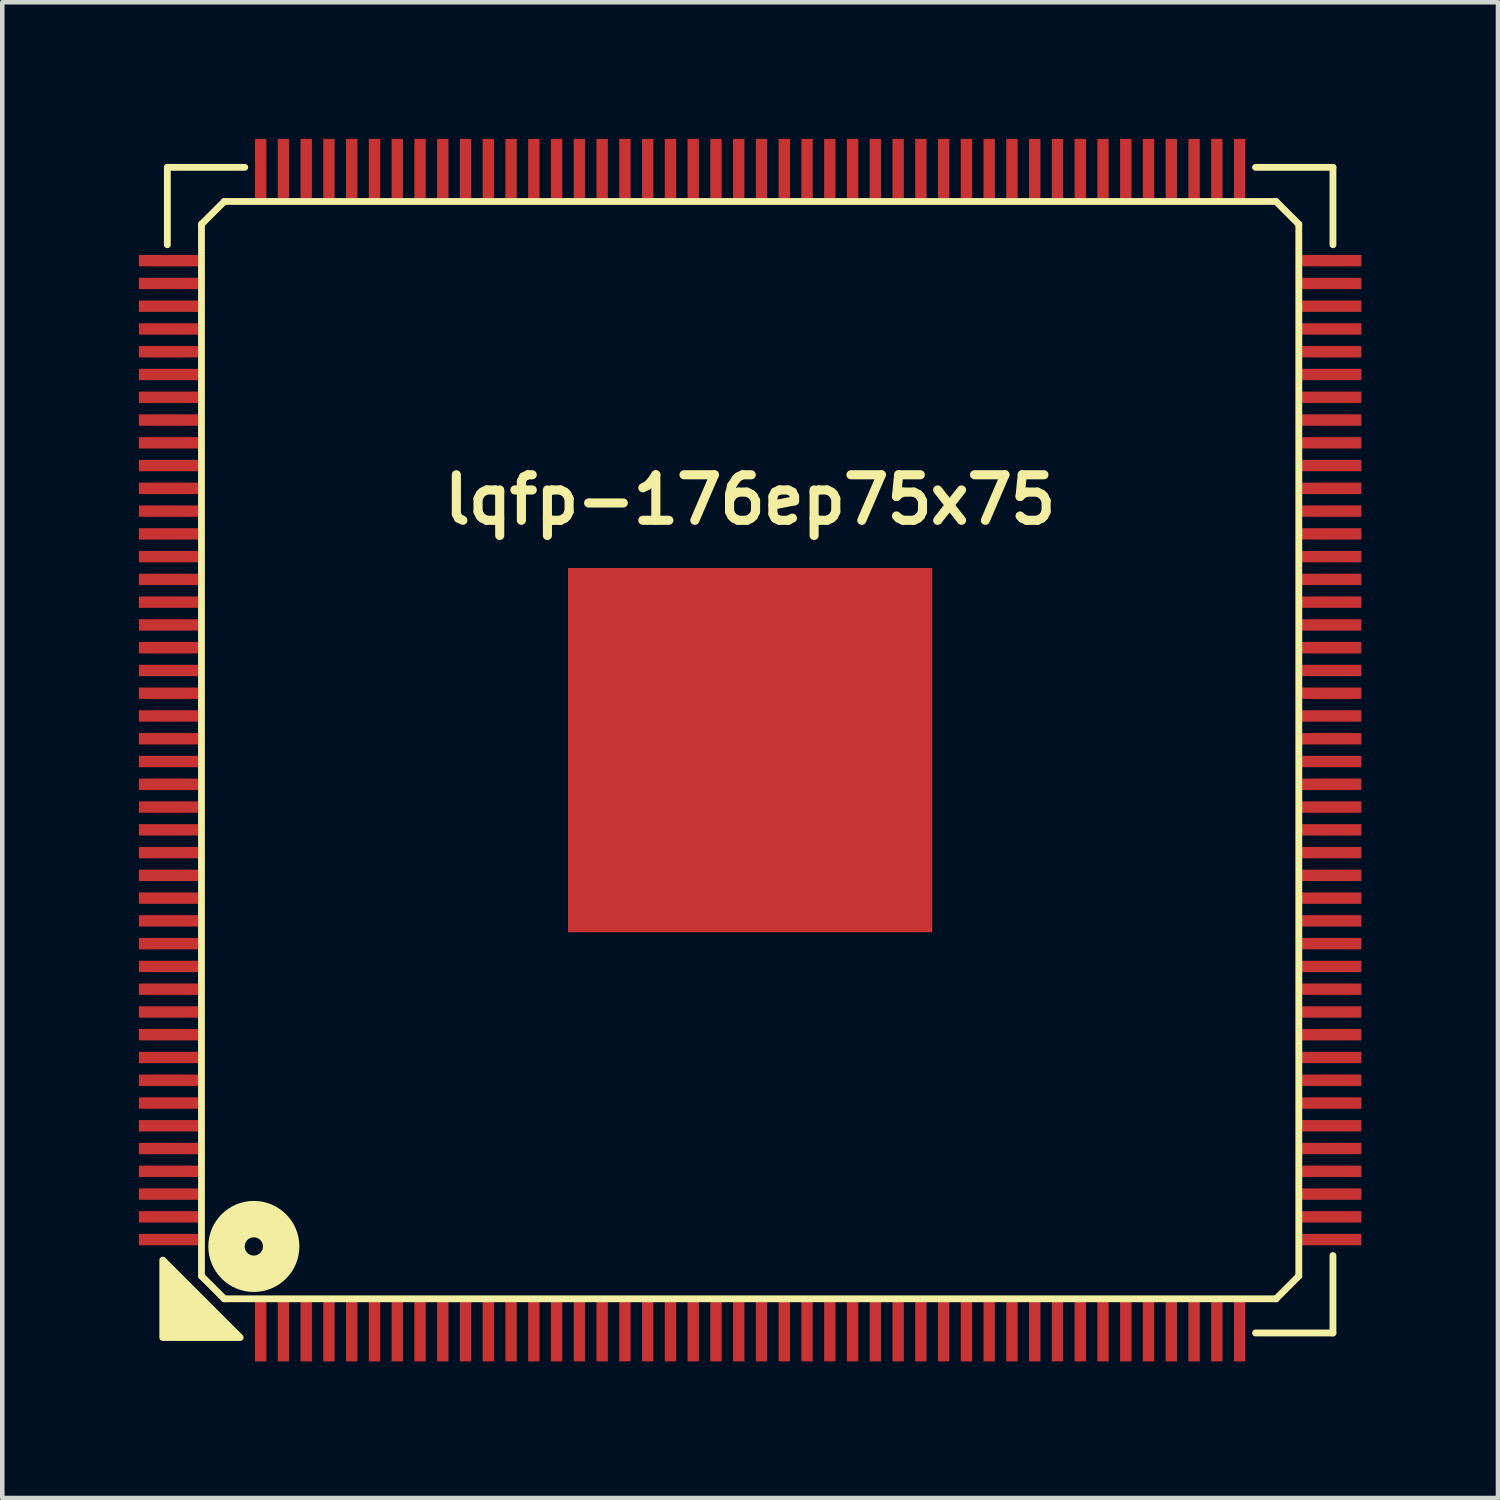
<source format=kicad_pcb>
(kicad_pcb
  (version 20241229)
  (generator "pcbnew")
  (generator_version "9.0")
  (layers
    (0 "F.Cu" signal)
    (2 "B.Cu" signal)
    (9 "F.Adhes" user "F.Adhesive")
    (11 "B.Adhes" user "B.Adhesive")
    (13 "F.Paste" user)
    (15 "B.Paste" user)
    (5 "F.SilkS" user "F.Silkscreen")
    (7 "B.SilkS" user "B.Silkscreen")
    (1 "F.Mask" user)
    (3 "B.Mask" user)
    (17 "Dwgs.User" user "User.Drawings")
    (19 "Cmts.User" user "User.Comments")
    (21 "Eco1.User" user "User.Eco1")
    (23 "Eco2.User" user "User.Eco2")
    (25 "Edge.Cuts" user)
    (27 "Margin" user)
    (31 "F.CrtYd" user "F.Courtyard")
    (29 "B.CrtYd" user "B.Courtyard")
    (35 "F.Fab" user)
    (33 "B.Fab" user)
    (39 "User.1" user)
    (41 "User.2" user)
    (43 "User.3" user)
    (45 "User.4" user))
  (footprint "lqfp-176ep75x75"
    (layer "F.Cu")
    (at 13.425 13.425)
    (property "Reference" "lqfp-176ep75x75" (at 0 -5.5 0) (layer "F.SilkS") (effects (font (size 1 1) (thickness 0.2))))
    (attr smd)
    (fp_line (start -12.8 -12.8) (end -11.1 -12.8) (stroke (width 0.15) (type solid)) (layer "F.SilkS"))
    (fp_line (start -12.8 -11.1) (end -12.8 -12.8) (stroke (width 0.15) (type solid)) (layer "F.SilkS"))
    (fp_line (start -12.05 -11.55) (end -11.55 -12.05) (stroke (width 0.15) (type solid)) (layer "F.SilkS"))
    (fp_line (start -12.05 11.55) (end -12.05 -11.55) (stroke (width 0.15) (type solid)) (layer "F.SilkS"))
    (fp_line (start -11.55 -12.05) (end 11.55 -12.05) (stroke (width 0.15) (type solid)) (layer "F.SilkS"))
    (fp_line (start -11.55 12.05) (end -12.05 11.55) (stroke (width 0.15) (type solid)) (layer "F.SilkS"))
    (fp_line (start 11.1 -12.8) (end 12.8 -12.8) (stroke (width 0.15) (type solid)) (layer "F.SilkS"))
    (fp_line (start 11.55 -12.05) (end 12.05 -11.55) (stroke (width 0.15) (type solid)) (layer "F.SilkS"))
    (fp_line (start 11.55 12.05) (end -11.55 12.05) (stroke (width 0.15) (type solid)) (layer "F.SilkS"))
    (fp_line (start 12.05 -11.55) (end 12.05 11.55) (stroke (width 0.15) (type solid)) (layer "F.SilkS"))
    (fp_line (start 12.05 11.55) (end 11.55 12.05) (stroke (width 0.15) (type solid)) (layer "F.SilkS"))
    (fp_line (start 12.8 -12.8) (end 12.8 -11.1) (stroke (width 0.15) (type solid)) (layer "F.SilkS"))
    (fp_line (start 12.8 11.1) (end 12.8 12.8) (stroke (width 0.15) (type solid)) (layer "F.SilkS"))
    (fp_line (start 12.8 12.8) (end 11.1 12.8) (stroke (width 0.15) (type solid)) (layer "F.SilkS"))
    (fp_circle (center -10.9 10.9) (end -10.7 10.9) (stroke (width 0.8) (type solid)) (fill no) (layer "F.SilkS"))
    (fp_poly (pts (xy -11.2 12.9) (xy -12.9 12.9) (xy -12.9 11.2)) (stroke (width 0.15) (type solid)) (fill yes) (layer "F.SilkS"))
    (pad "" smd rect (at -2.3 -2.3) (size 2 2) (layers "F.Paste"))
    (pad "" smd rect (at -2.3 0) (size 2 2) (layers "F.Paste"))
    (pad "" smd rect (at -2.3 2.3) (size 2 2) (layers "F.Paste"))
    (pad "" smd rect (at 0 -2.3) (size 2 2) (layers "F.Paste"))
    (pad "" smd rect (at 0 0) (size 2 2) (layers "F.Paste"))
    (pad "" smd rect (at 0 2.3) (size 2 2) (layers "F.Paste"))
    (pad "" smd rect (at 2.3 -2.3) (size 2 2) (layers "F.Paste"))
    (pad "" smd rect (at 2.3 0) (size 2 2) (layers "F.Paste"))
    (pad "" smd rect (at 2.3 2.3) (size 2 2) (layers "F.Paste"))
    (pad "1" smd rect (at -10.75 12.75) (size 0.25 1.35) (layers "F.Cu" "F.Mask" "F.Paste"))
    (pad "2" smd rect (at -10.25 12.75) (size 0.25 1.35) (layers "F.Cu" "F.Mask" "F.Paste"))
    (pad "3" smd rect (at -9.75 12.75) (size 0.25 1.35) (layers "F.Cu" "F.Mask" "F.Paste"))
    (pad "4" smd rect (at -9.25 12.75) (size 0.25 1.35) (layers "F.Cu" "F.Mask" "F.Paste"))
    (pad "5" smd rect (at -8.75 12.75) (size 0.25 1.35) (layers "F.Cu" "F.Mask" "F.Paste"))
    (pad "6" smd rect (at -8.25 12.75) (size 0.25 1.35) (layers "F.Cu" "F.Mask" "F.Paste"))
    (pad "7" smd rect (at -7.75 12.75) (size 0.25 1.35) (layers "F.Cu" "F.Mask" "F.Paste"))
    (pad "8" smd rect (at -7.25 12.75) (size 0.25 1.35) (layers "F.Cu" "F.Mask" "F.Paste"))
    (pad "9" smd rect (at -6.75 12.75) (size 0.25 1.35) (layers "F.Cu" "F.Mask" "F.Paste"))
    (pad "10" smd rect (at -6.25 12.75) (size 0.25 1.35) (layers "F.Cu" "F.Mask" "F.Paste"))
    (pad "11" smd rect (at -5.75 12.75) (size 0.25 1.35) (layers "F.Cu" "F.Mask" "F.Paste"))
    (pad "12" smd rect (at -5.25 12.75) (size 0.25 1.35) (layers "F.Cu" "F.Mask" "F.Paste"))
    (pad "13" smd rect (at -4.75 12.75) (size 0.25 1.35) (layers "F.Cu" "F.Mask" "F.Paste"))
    (pad "14" smd rect (at -4.25 12.75) (size 0.25 1.35) (layers "F.Cu" "F.Mask" "F.Paste"))
    (pad "15" smd rect (at -3.75 12.75) (size 0.25 1.35) (layers "F.Cu" "F.Mask" "F.Paste"))
    (pad "16" smd rect (at -3.25 12.75) (size 0.25 1.35) (layers "F.Cu" "F.Mask" "F.Paste"))
    (pad "17" smd rect (at -2.75 12.75) (size 0.25 1.35) (layers "F.Cu" "F.Mask" "F.Paste"))
    (pad "18" smd rect (at -2.25 12.75) (size 0.25 1.35) (layers "F.Cu" "F.Mask" "F.Paste"))
    (pad "19" smd rect (at -1.75 12.75) (size 0.25 1.35) (layers "F.Cu" "F.Mask" "F.Paste"))
    (pad "20" smd rect (at -1.25 12.75) (size 0.25 1.35) (layers "F.Cu" "F.Mask" "F.Paste"))
    (pad "21" smd rect (at -0.75 12.75) (size 0.25 1.35) (layers "F.Cu" "F.Mask" "F.Paste"))
    (pad "22" smd rect (at -0.25 12.75) (size 0.25 1.35) (layers "F.Cu" "F.Mask" "F.Paste"))
    (pad "23" smd rect (at 0.25 12.75) (size 0.25 1.35) (layers "F.Cu" "F.Mask" "F.Paste"))
    (pad "24" smd rect (at 0.75 12.75) (size 0.25 1.35) (layers "F.Cu" "F.Mask" "F.Paste"))
    (pad "25" smd rect (at 1.25 12.75) (size 0.25 1.35) (layers "F.Cu" "F.Mask" "F.Paste"))
    (pad "26" smd rect (at 1.75 12.75) (size 0.25 1.35) (layers "F.Cu" "F.Mask" "F.Paste"))
    (pad "27" smd rect (at 2.25 12.75) (size 0.25 1.35) (layers "F.Cu" "F.Mask" "F.Paste"))
    (pad "28" smd rect (at 2.75 12.75) (size 0.25 1.35) (layers "F.Cu" "F.Mask" "F.Paste"))
    (pad "29" smd rect (at 3.25 12.75) (size 0.25 1.35) (layers "F.Cu" "F.Mask" "F.Paste"))
    (pad "30" smd rect (at 3.75 12.75) (size 0.25 1.35) (layers "F.Cu" "F.Mask" "F.Paste"))
    (pad "31" smd rect (at 4.25 12.75) (size 0.25 1.35) (layers "F.Cu" "F.Mask" "F.Paste"))
    (pad "32" smd rect (at 4.75 12.75) (size 0.25 1.35) (layers "F.Cu" "F.Mask" "F.Paste"))
    (pad "33" smd rect (at 5.25 12.75) (size 0.25 1.35) (layers "F.Cu" "F.Mask" "F.Paste"))
    (pad "34" smd rect (at 5.75 12.75) (size 0.25 1.35) (layers "F.Cu" "F.Mask" "F.Paste"))
    (pad "35" smd rect (at 6.25 12.75) (size 0.25 1.35) (layers "F.Cu" "F.Mask" "F.Paste"))
    (pad "36" smd rect (at 6.75 12.75) (size 0.25 1.35) (layers "F.Cu" "F.Mask" "F.Paste"))
    (pad "37" smd rect (at 7.25 12.75) (size 0.25 1.35) (layers "F.Cu" "F.Mask" "F.Paste"))
    (pad "38" smd rect (at 7.75 12.75) (size 0.25 1.35) (layers "F.Cu" "F.Mask" "F.Paste"))
    (pad "39" smd rect (at 8.25 12.75) (size 0.25 1.35) (layers "F.Cu" "F.Mask" "F.Paste"))
    (pad "40" smd rect (at 8.75 12.75) (size 0.25 1.35) (layers "F.Cu" "F.Mask" "F.Paste"))
    (pad "41" smd rect (at 9.25 12.75) (size 0.25 1.35) (layers "F.Cu" "F.Mask" "F.Paste"))
    (pad "42" smd rect (at 9.75 12.75) (size 0.25 1.35) (layers "F.Cu" "F.Mask" "F.Paste"))
    (pad "43" smd rect (at 10.25 12.75) (size 0.25 1.35) (layers "F.Cu" "F.Mask" "F.Paste"))
    (pad "44" smd rect (at 10.75 12.75) (size 0.25 1.35) (layers "F.Cu" "F.Mask" "F.Paste"))
    (pad "45" smd rect (at 12.75 10.75) (size 1.35 0.25) (layers "F.Cu" "F.Mask" "F.Paste"))
    (pad "46" smd rect (at 12.75 10.25) (size 1.35 0.25) (layers "F.Cu" "F.Mask" "F.Paste"))
    (pad "47" smd rect (at 12.75 9.75) (size 1.35 0.25) (layers "F.Cu" "F.Mask" "F.Paste"))
    (pad "48" smd rect (at 12.75 9.25) (size 1.35 0.25) (layers "F.Cu" "F.Mask" "F.Paste"))
    (pad "49" smd rect (at 12.75 8.75) (size 1.35 0.25) (layers "F.Cu" "F.Mask" "F.Paste"))
    (pad "50" smd rect (at 12.75 8.25) (size 1.35 0.25) (layers "F.Cu" "F.Mask" "F.Paste"))
    (pad "51" smd rect (at 12.75 7.75) (size 1.35 0.25) (layers "F.Cu" "F.Mask" "F.Paste"))
    (pad "52" smd rect (at 12.75 7.25) (size 1.35 0.25) (layers "F.Cu" "F.Mask" "F.Paste"))
    (pad "53" smd rect (at 12.75 6.75) (size 1.35 0.25) (layers "F.Cu" "F.Mask" "F.Paste"))
    (pad "54" smd rect (at 12.75 6.25) (size 1.35 0.25) (layers "F.Cu" "F.Mask" "F.Paste"))
    (pad "55" smd rect (at 12.75 5.75) (size 1.35 0.25) (layers "F.Cu" "F.Mask" "F.Paste"))
    (pad "56" smd rect (at 12.75 5.25) (size 1.35 0.25) (layers "F.Cu" "F.Mask" "F.Paste"))
    (pad "57" smd rect (at 12.75 4.75) (size 1.35 0.25) (layers "F.Cu" "F.Mask" "F.Paste"))
    (pad "58" smd rect (at 12.75 4.25) (size 1.35 0.25) (layers "F.Cu" "F.Mask" "F.Paste"))
    (pad "59" smd rect (at 12.75 3.75) (size 1.35 0.25) (layers "F.Cu" "F.Mask" "F.Paste"))
    (pad "60" smd rect (at 12.75 3.25) (size 1.35 0.25) (layers "F.Cu" "F.Mask" "F.Paste"))
    (pad "61" smd rect (at 12.75 2.75) (size 1.35 0.25) (layers "F.Cu" "F.Mask" "F.Paste"))
    (pad "62" smd rect (at 12.75 2.25) (size 1.35 0.25) (layers "F.Cu" "F.Mask" "F.Paste"))
    (pad "63" smd rect (at 12.75 1.75) (size 1.35 0.25) (layers "F.Cu" "F.Mask" "F.Paste"))
    (pad "64" smd rect (at 12.75 1.25) (size 1.35 0.25) (layers "F.Cu" "F.Mask" "F.Paste"))
    (pad "65" smd rect (at 12.75 0.75) (size 1.35 0.25) (layers "F.Cu" "F.Mask" "F.Paste"))
    (pad "66" smd rect (at 12.75 0.25) (size 1.35 0.25) (layers "F.Cu" "F.Mask" "F.Paste"))
    (pad "67" smd rect (at 12.75 -0.25) (size 1.35 0.25) (layers "F.Cu" "F.Mask" "F.Paste"))
    (pad "68" smd rect (at 12.75 -0.75) (size 1.35 0.25) (layers "F.Cu" "F.Mask" "F.Paste"))
    (pad "69" smd rect (at 12.75 -1.25) (size 1.35 0.25) (layers "F.Cu" "F.Mask" "F.Paste"))
    (pad "70" smd rect (at 12.75 -1.75) (size 1.35 0.25) (layers "F.Cu" "F.Mask" "F.Paste"))
    (pad "71" smd rect (at 12.75 -2.25) (size 1.35 0.25) (layers "F.Cu" "F.Mask" "F.Paste"))
    (pad "72" smd rect (at 12.75 -2.75) (size 1.35 0.25) (layers "F.Cu" "F.Mask" "F.Paste"))
    (pad "73" smd rect (at 12.75 -3.25) (size 1.35 0.25) (layers "F.Cu" "F.Mask" "F.Paste"))
    (pad "74" smd rect (at 12.75 -3.75) (size 1.35 0.25) (layers "F.Cu" "F.Mask" "F.Paste"))
    (pad "75" smd rect (at 12.75 -4.25) (size 1.35 0.25) (layers "F.Cu" "F.Mask" "F.Paste"))
    (pad "76" smd rect (at 12.75 -4.75) (size 1.35 0.25) (layers "F.Cu" "F.Mask" "F.Paste"))
    (pad "77" smd rect (at 12.75 -5.25) (size 1.35 0.25) (layers "F.Cu" "F.Mask" "F.Paste"))
    (pad "78" smd rect (at 12.75 -5.75) (size 1.35 0.25) (layers "F.Cu" "F.Mask" "F.Paste"))
    (pad "79" smd rect (at 12.75 -6.25) (size 1.35 0.25) (layers "F.Cu" "F.Mask" "F.Paste"))
    (pad "80" smd rect (at 12.75 -6.75) (size 1.35 0.25) (layers "F.Cu" "F.Mask" "F.Paste"))
    (pad "81" smd rect (at 12.75 -7.25) (size 1.35 0.25) (layers "F.Cu" "F.Mask" "F.Paste"))
    (pad "82" smd rect (at 12.75 -7.75) (size 1.35 0.25) (layers "F.Cu" "F.Mask" "F.Paste"))
    (pad "83" smd rect (at 12.75 -8.25) (size 1.35 0.25) (layers "F.Cu" "F.Mask" "F.Paste"))
    (pad "84" smd rect (at 12.75 -8.75) (size 1.35 0.25) (layers "F.Cu" "F.Mask" "F.Paste"))
    (pad "85" smd rect (at 12.75 -9.25) (size 1.35 0.25) (layers "F.Cu" "F.Mask" "F.Paste"))
    (pad "86" smd rect (at 12.75 -9.75) (size 1.35 0.25) (layers "F.Cu" "F.Mask" "F.Paste"))
    (pad "87" smd rect (at 12.75 -10.25) (size 1.35 0.25) (layers "F.Cu" "F.Mask" "F.Paste"))
    (pad "88" smd rect (at 12.75 -10.75) (size 1.35 0.25) (layers "F.Cu" "F.Mask" "F.Paste"))
    (pad "89" smd rect (at 10.75 -12.75) (size 0.25 1.35) (layers "F.Cu" "F.Mask" "F.Paste"))
    (pad "90" smd rect (at 10.25 -12.75) (size 0.25 1.35) (layers "F.Cu" "F.Mask" "F.Paste"))
    (pad "91" smd rect (at 9.75 -12.75) (size 0.25 1.35) (layers "F.Cu" "F.Mask" "F.Paste"))
    (pad "92" smd rect (at 9.25 -12.75) (size 0.25 1.35) (layers "F.Cu" "F.Mask" "F.Paste"))
    (pad "93" smd rect (at 8.75 -12.75) (size 0.25 1.35) (layers "F.Cu" "F.Mask" "F.Paste"))
    (pad "94" smd rect (at 8.25 -12.75) (size 0.25 1.35) (layers "F.Cu" "F.Mask" "F.Paste"))
    (pad "95" smd rect (at 7.75 -12.75) (size 0.25 1.35) (layers "F.Cu" "F.Mask" "F.Paste"))
    (pad "96" smd rect (at 7.25 -12.75) (size 0.25 1.35) (layers "F.Cu" "F.Mask" "F.Paste"))
    (pad "97" smd rect (at 6.75 -12.75) (size 0.25 1.35) (layers "F.Cu" "F.Mask" "F.Paste"))
    (pad "98" smd rect (at 6.25 -12.75) (size 0.25 1.35) (layers "F.Cu" "F.Mask" "F.Paste"))
    (pad "99" smd rect (at 5.75 -12.75) (size 0.25 1.35) (layers "F.Cu" "F.Mask" "F.Paste"))
    (pad "100" smd rect (at 5.25 -12.75) (size 0.25 1.35) (layers "F.Cu" "F.Mask" "F.Paste"))
    (pad "101" smd rect (at 4.75 -12.75) (size 0.25 1.35) (layers "F.Cu" "F.Mask" "F.Paste"))
    (pad "102" smd rect (at 4.25 -12.75) (size 0.25 1.35) (layers "F.Cu" "F.Mask" "F.Paste"))
    (pad "103" smd rect (at 3.75 -12.75) (size 0.25 1.35) (layers "F.Cu" "F.Mask" "F.Paste"))
    (pad "104" smd rect (at 3.25 -12.75) (size 0.25 1.35) (layers "F.Cu" "F.Mask" "F.Paste"))
    (pad "105" smd rect (at 2.75 -12.75) (size 0.25 1.35) (layers "F.Cu" "F.Mask" "F.Paste"))
    (pad "106" smd rect (at 2.25 -12.75) (size 0.25 1.35) (layers "F.Cu" "F.Mask" "F.Paste"))
    (pad "107" smd rect (at 1.75 -12.75) (size 0.25 1.35) (layers "F.Cu" "F.Mask" "F.Paste"))
    (pad "108" smd rect (at 1.25 -12.75) (size 0.25 1.35) (layers "F.Cu" "F.Mask" "F.Paste"))
    (pad "109" smd rect (at 0.75 -12.75) (size 0.25 1.35) (layers "F.Cu" "F.Mask" "F.Paste"))
    (pad "110" smd rect (at 0.25 -12.75) (size 0.25 1.35) (layers "F.Cu" "F.Mask" "F.Paste"))
    (pad "111" smd rect (at -0.25 -12.75) (size 0.25 1.35) (layers "F.Cu" "F.Mask" "F.Paste"))
    (pad "112" smd rect (at -0.75 -12.75) (size 0.25 1.35) (layers "F.Cu" "F.Mask" "F.Paste"))
    (pad "113" smd rect (at -1.25 -12.75) (size 0.25 1.35) (layers "F.Cu" "F.Mask" "F.Paste"))
    (pad "114" smd rect (at -1.75 -12.75) (size 0.25 1.35) (layers "F.Cu" "F.Mask" "F.Paste"))
    (pad "115" smd rect (at -2.25 -12.75) (size 0.25 1.35) (layers "F.Cu" "F.Mask" "F.Paste"))
    (pad "116" smd rect (at -2.75 -12.75) (size 0.25 1.35) (layers "F.Cu" "F.Mask" "F.Paste"))
    (pad "117" smd rect (at -3.25 -12.75) (size 0.25 1.35) (layers "F.Cu" "F.Mask" "F.Paste"))
    (pad "118" smd rect (at -3.75 -12.75) (size 0.25 1.35) (layers "F.Cu" "F.Mask" "F.Paste"))
    (pad "119" smd rect (at -4.25 -12.75) (size 0.25 1.35) (layers "F.Cu" "F.Mask" "F.Paste"))
    (pad "120" smd rect (at -4.75 -12.75) (size 0.25 1.35) (layers "F.Cu" "F.Mask" "F.Paste"))
    (pad "121" smd rect (at -5.25 -12.75) (size 0.25 1.35) (layers "F.Cu" "F.Mask" "F.Paste"))
    (pad "122" smd rect (at -5.75 -12.75) (size 0.25 1.35) (layers "F.Cu" "F.Mask" "F.Paste"))
    (pad "123" smd rect (at -6.25 -12.75) (size 0.25 1.35) (layers "F.Cu" "F.Mask" "F.Paste"))
    (pad "124" smd rect (at -6.75 -12.75) (size 0.25 1.35) (layers "F.Cu" "F.Mask" "F.Paste"))
    (pad "125" smd rect (at -7.25 -12.75) (size 0.25 1.35) (layers "F.Cu" "F.Mask" "F.Paste"))
    (pad "126" smd rect (at -7.75 -12.75) (size 0.25 1.35) (layers "F.Cu" "F.Mask" "F.Paste"))
    (pad "127" smd rect (at -8.25 -12.75) (size 0.25 1.35) (layers "F.Cu" "F.Mask" "F.Paste"))
    (pad "128" smd rect (at -8.75 -12.75) (size 0.25 1.35) (layers "F.Cu" "F.Mask" "F.Paste"))
    (pad "129" smd rect (at -9.25 -12.75) (size 0.25 1.35) (layers "F.Cu" "F.Mask" "F.Paste"))
    (pad "130" smd rect (at -9.75 -12.75) (size 0.25 1.35) (layers "F.Cu" "F.Mask" "F.Paste"))
    (pad "131" smd rect (at -10.25 -12.75) (size 0.25 1.35) (layers "F.Cu" "F.Mask" "F.Paste"))
    (pad "132" smd rect (at -10.75 -12.75) (size 0.25 1.35) (layers "F.Cu" "F.Mask" "F.Paste"))
    (pad "133" smd rect (at -12.75 -10.75) (size 1.35 0.25) (layers "F.Cu" "F.Mask" "F.Paste"))
    (pad "134" smd rect (at -12.75 -10.25) (size 1.35 0.25) (layers "F.Cu" "F.Mask" "F.Paste"))
    (pad "135" smd rect (at -12.75 -9.75) (size 1.35 0.25) (layers "F.Cu" "F.Mask" "F.Paste"))
    (pad "136" smd rect (at -12.75 -9.25) (size 1.35 0.25) (layers "F.Cu" "F.Mask" "F.Paste"))
    (pad "137" smd rect (at -12.75 -8.75) (size 1.35 0.25) (layers "F.Cu" "F.Mask" "F.Paste"))
    (pad "138" smd rect (at -12.75 -8.25) (size 1.35 0.25) (layers "F.Cu" "F.Mask" "F.Paste"))
    (pad "139" smd rect (at -12.75 -7.75) (size 1.35 0.25) (layers "F.Cu" "F.Mask" "F.Paste"))
    (pad "140" smd rect (at -12.75 -7.25) (size 1.35 0.25) (layers "F.Cu" "F.Mask" "F.Paste"))
    (pad "141" smd rect (at -12.75 -6.75) (size 1.35 0.25) (layers "F.Cu" "F.Mask" "F.Paste"))
    (pad "142" smd rect (at -12.75 -6.25) (size 1.35 0.25) (layers "F.Cu" "F.Mask" "F.Paste"))
    (pad "143" smd rect (at -12.75 -5.75) (size 1.35 0.25) (layers "F.Cu" "F.Mask" "F.Paste"))
    (pad "144" smd rect (at -12.75 -5.25) (size 1.35 0.25) (layers "F.Cu" "F.Mask" "F.Paste"))
    (pad "145" smd rect (at -12.75 -4.75) (size 1.35 0.25) (layers "F.Cu" "F.Mask" "F.Paste"))
    (pad "146" smd rect (at -12.75 -4.25) (size 1.35 0.25) (layers "F.Cu" "F.Mask" "F.Paste"))
    (pad "147" smd rect (at -12.75 -3.75) (size 1.35 0.25) (layers "F.Cu" "F.Mask" "F.Paste"))
    (pad "148" smd rect (at -12.75 -3.25) (size 1.35 0.25) (layers "F.Cu" "F.Mask" "F.Paste"))
    (pad "149" smd rect (at -12.75 -2.75) (size 1.35 0.25) (layers "F.Cu" "F.Mask" "F.Paste"))
    (pad "150" smd rect (at -12.75 -2.25) (size 1.35 0.25) (layers "F.Cu" "F.Mask" "F.Paste"))
    (pad "151" smd rect (at -12.75 -1.75) (size 1.35 0.25) (layers "F.Cu" "F.Mask" "F.Paste"))
    (pad "152" smd rect (at -12.75 -1.25) (size 1.35 0.25) (layers "F.Cu" "F.Mask" "F.Paste"))
    (pad "153" smd rect (at -12.75 -0.75) (size 1.35 0.25) (layers "F.Cu" "F.Mask" "F.Paste"))
    (pad "154" smd rect (at -12.75 -0.25) (size 1.35 0.25) (layers "F.Cu" "F.Mask" "F.Paste"))
    (pad "155" smd rect (at -12.75 0.25) (size 1.35 0.25) (layers "F.Cu" "F.Mask" "F.Paste"))
    (pad "156" smd rect (at -12.75 0.75) (size 1.35 0.25) (layers "F.Cu" "F.Mask" "F.Paste"))
    (pad "157" smd rect (at -12.75 1.25) (size 1.35 0.25) (layers "F.Cu" "F.Mask" "F.Paste"))
    (pad "158" smd rect (at -12.75 1.75) (size 1.35 0.25) (layers "F.Cu" "F.Mask" "F.Paste"))
    (pad "159" smd rect (at -12.75 2.25) (size 1.35 0.25) (layers "F.Cu" "F.Mask" "F.Paste"))
    (pad "160" smd rect (at -12.75 2.75) (size 1.35 0.25) (layers "F.Cu" "F.Mask" "F.Paste"))
    (pad "161" smd rect (at -12.75 3.25) (size 1.35 0.25) (layers "F.Cu" "F.Mask" "F.Paste"))
    (pad "162" smd rect (at -12.75 3.75) (size 1.35 0.25) (layers "F.Cu" "F.Mask" "F.Paste"))
    (pad "163" smd rect (at -12.75 4.25) (size 1.35 0.25) (layers "F.Cu" "F.Mask" "F.Paste"))
    (pad "164" smd rect (at -12.75 4.75) (size 1.35 0.25) (layers "F.Cu" "F.Mask" "F.Paste"))
    (pad "165" smd rect (at -12.75 5.25) (size 1.35 0.25) (layers "F.Cu" "F.Mask" "F.Paste"))
    (pad "166" smd rect (at -12.75 5.75) (size 1.35 0.25) (layers "F.Cu" "F.Mask" "F.Paste"))
    (pad "167" smd rect (at -12.75 6.25) (size 1.35 0.25) (layers "F.Cu" "F.Mask" "F.Paste"))
    (pad "168" smd rect (at -12.75 6.75) (size 1.35 0.25) (layers "F.Cu" "F.Mask" "F.Paste"))
    (pad "169" smd rect (at -12.75 7.25) (size 1.35 0.25) (layers "F.Cu" "F.Mask" "F.Paste"))
    (pad "170" smd rect (at -12.75 7.75) (size 1.35 0.25) (layers "F.Cu" "F.Mask" "F.Paste"))
    (pad "171" smd rect (at -12.75 8.25) (size 1.35 0.25) (layers "F.Cu" "F.Mask" "F.Paste"))
    (pad "172" smd rect (at -12.75 8.75) (size 1.35 0.25) (layers "F.Cu" "F.Mask" "F.Paste"))
    (pad "173" smd rect (at -12.75 9.25) (size 1.35 0.25) (layers "F.Cu" "F.Mask" "F.Paste"))
    (pad "174" smd rect (at -12.75 9.75) (size 1.35 0.25) (layers "F.Cu" "F.Mask" "F.Paste"))
    (pad "175" smd rect (at -12.75 10.25) (size 1.35 0.25) (layers "F.Cu" "F.Mask" "F.Paste"))
    (pad "176" smd rect (at -12.75 10.75) (size 1.35 0.25) (layers "F.Cu" "F.Mask" "F.Paste"))
    (pad "177" smd rect (at 0 0) (size 8 8) (layers "F.Cu" "F.Mask")))
  (gr_rect
    (start -3 -3)
    (end 29.85 29.85)
    (stroke (width 0.1) (type default))
    (fill no)
    (layer "Edge.Cuts")))
</source>
